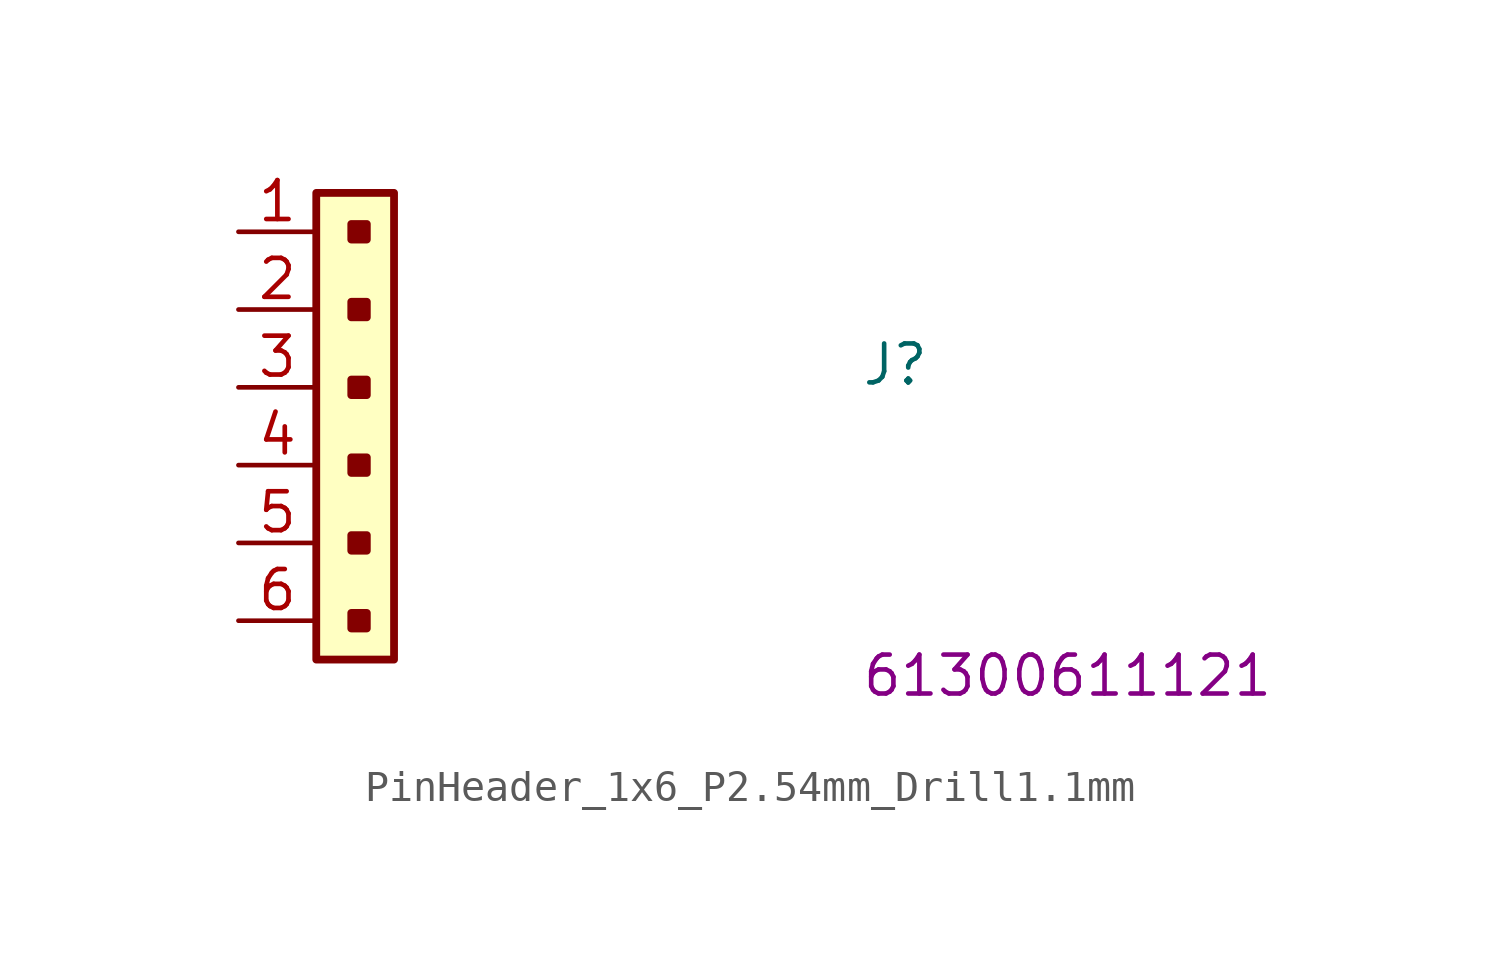
<source format=kicad_sym>
(kicad_symbol_lib
  (version 20220914)
  (generator kicad_symbol_editor)
  (symbol "PinHeader_1x6_P2.54mm_Drill1.1mm"
    (property "Reference" "J"
      (at 20.32 -5.08 0)
      (effects (font (size 1.27 1.27) (thickness 0.15)) (justify left bottom)))
    (property "MPN" "61300611121"
      (at 20.32 -15.24 0)
      (effects (font (size 1.27 1.27) (thickness 0.15)) (justify left bottom)))
    (symbol "PinHeader_1x6_P2.54mm_Drill1.1mm_1_1"
      (rectangle (start 4.191 -12.954) (end 3.683 -12.446) (stroke (width 0.254) (type default)) (fill (type outline)))
      (rectangle (start 4.191 -10.414) (end 3.683 -9.906) (stroke (width 0.254) (type default)) (fill (type outline)))
      (rectangle (start 4.191 -7.874) (end 3.683 -7.366) (stroke (width 0.254) (type default)) (fill (type outline)))
      (rectangle (start 4.191 -5.334) (end 3.683 -4.826) (stroke (width 0.254) (type default)) (fill (type outline)))
      (rectangle (start 4.191 -2.794) (end 3.683 -2.286) (stroke (width 0.254) (type default)) (fill (type outline)))
      (rectangle (start 4.191 -0.254) (end 3.683 0.254) (stroke (width 0.254) (type default)) (fill (type outline)))
      (rectangle (start 5.08 -13.97) (end 2.54 1.27) (stroke (width 0.254) (type default)) (fill (type background)))
      (pin passive line (at 0 0 0) (length 2.54) (name "~" (effects (font (size 1.27 1.27)))) (number "1" (effects (font (size 1.27 1.27)))))
      (pin passive line (at 0 -2.54 0) (length 2.54) (name "~" (effects (font (size 1.27 1.27)))) (number "2" (effects (font (size 1.27 1.27)))))
      (pin passive line (at 0 -5.08 0) (length 2.54) (name "~" (effects (font (size 1.27 1.27)))) (number "3" (effects (font (size 1.27 1.27)))))
      (pin passive line (at 0 -7.62 0) (length 2.54) (name "~" (effects (font (size 1.27 1.27)))) (number "4" (effects (font (size 1.27 1.27)))))
      (pin passive line (at 0 -10.16 0) (length 2.54) (name "~" (effects (font (size 1.27 1.27)))) (number "5" (effects (font (size 1.27 1.27)))))
      (pin passive line (at 0 -12.7 0) (length 2.54) (name "~" (effects (font (size 1.27 1.27)))) (number "6" (effects (font (size 1.27 1.27))))))))
</source>
